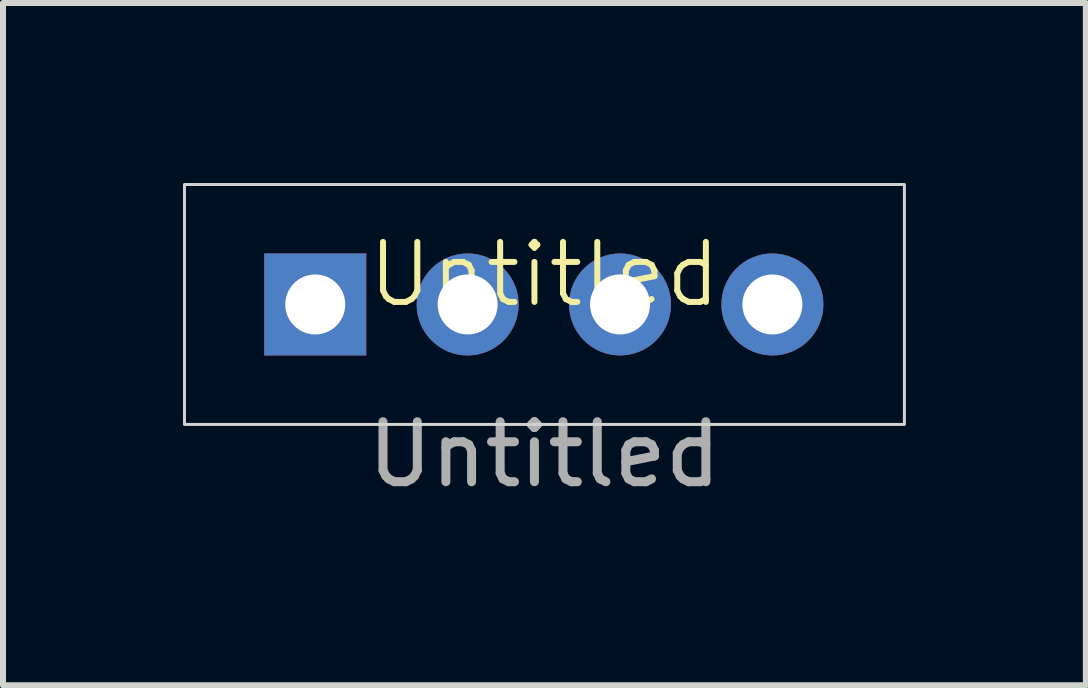
<source format=kicad_pcb>
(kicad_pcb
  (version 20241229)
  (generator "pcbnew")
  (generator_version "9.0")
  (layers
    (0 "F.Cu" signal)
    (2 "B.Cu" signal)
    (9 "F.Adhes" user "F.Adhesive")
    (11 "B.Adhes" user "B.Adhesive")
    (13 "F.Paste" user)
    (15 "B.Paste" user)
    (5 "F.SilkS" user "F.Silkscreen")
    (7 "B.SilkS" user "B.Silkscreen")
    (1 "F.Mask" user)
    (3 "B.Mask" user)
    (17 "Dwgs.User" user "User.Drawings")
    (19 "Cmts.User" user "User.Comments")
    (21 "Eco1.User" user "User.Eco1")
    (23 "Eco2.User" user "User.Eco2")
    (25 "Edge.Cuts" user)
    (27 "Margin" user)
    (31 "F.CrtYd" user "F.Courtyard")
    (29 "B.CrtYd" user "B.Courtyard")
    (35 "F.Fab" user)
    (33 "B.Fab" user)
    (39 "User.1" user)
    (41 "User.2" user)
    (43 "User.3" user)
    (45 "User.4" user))
  (footprint "Untitled"
    (layer "F.Cu")
    (at 6.025 2.025)
    (property "Reference" "Untitled" (at 0 -0.5 0) (unlocked yes) (layer "F.SilkS") (effects (font (size 1 1) (thickness 0.1))))
    (attr through_hole)
    (fp_rect (start -6 -2) (end 6 2) (stroke (width 0.05) (type default)) (fill no) (layer "Edge.Cuts"))
    (fp_text user "${REFERENCE}" (at 0 2.5 0) (unlocked yes) (layer "F.Fab") (effects (font (size 1 1) (thickness 0.15))))
    (pad "1" thru_hole rect (at -3.82 0) (size 1.7 1.7) (drill 1) (layers "*.Cu" "*.Mask"))
    (pad "2" thru_hole circle (at -1.28 0) (size 1.7 1.7) (drill 1) (layers "*.Cu" "*.Mask"))
    (pad "3" thru_hole circle (at 1.26 0) (size 1.7 1.7) (drill 1) (layers "*.Cu" "*.Mask"))
    (pad "4" thru_hole circle (at 3.8 0) (size 1.7 1.7) (drill 1) (layers "*.Cu" "*.Mask")))
  (gr_rect
    (start -3 -3)
    (end 15.05 8.373)
    (stroke (width 0.1) (type default))
    (fill no)
    (layer "Edge.Cuts")))
</source>
